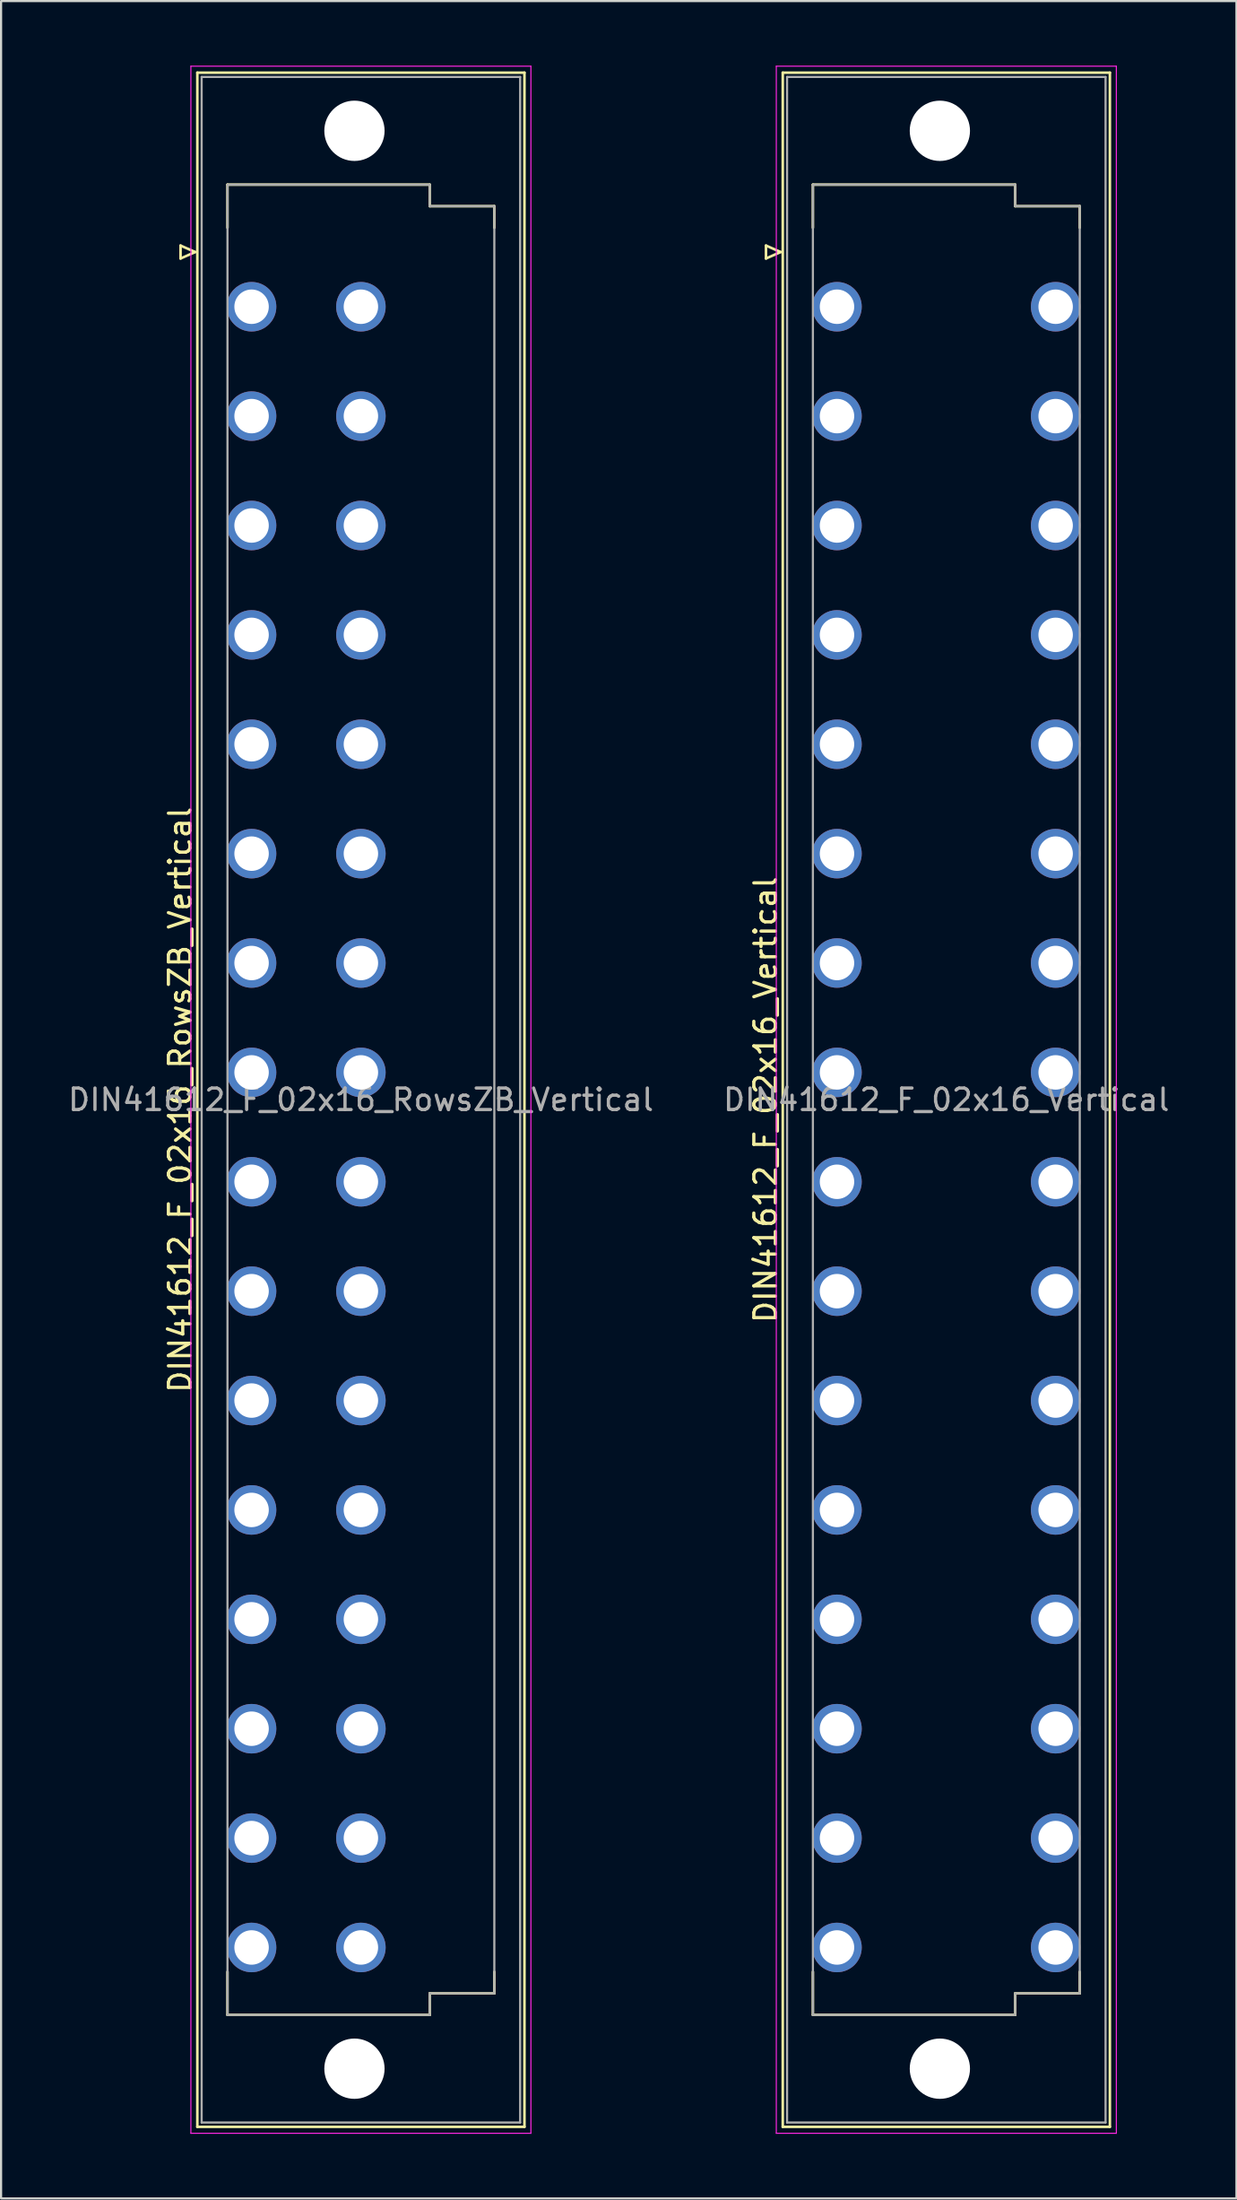
<source format=kicad_pcb>
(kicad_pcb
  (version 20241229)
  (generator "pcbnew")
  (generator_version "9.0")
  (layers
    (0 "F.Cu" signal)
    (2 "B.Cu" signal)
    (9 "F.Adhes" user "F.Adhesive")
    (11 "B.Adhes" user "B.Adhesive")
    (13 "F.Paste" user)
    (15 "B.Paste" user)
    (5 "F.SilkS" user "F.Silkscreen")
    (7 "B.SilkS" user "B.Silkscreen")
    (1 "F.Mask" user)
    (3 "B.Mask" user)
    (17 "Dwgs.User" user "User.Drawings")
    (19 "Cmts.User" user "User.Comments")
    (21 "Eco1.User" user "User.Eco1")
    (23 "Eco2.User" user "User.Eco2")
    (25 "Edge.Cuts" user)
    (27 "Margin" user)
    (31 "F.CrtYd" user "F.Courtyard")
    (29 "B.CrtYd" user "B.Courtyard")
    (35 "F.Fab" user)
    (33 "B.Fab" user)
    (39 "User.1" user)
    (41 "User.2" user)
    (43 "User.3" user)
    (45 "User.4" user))
  (footprint "DIN41612_F_02x16_RowsZB_Vertical"
    (layer "F.Cu")
    (at 11.18 8.655)
    (property "Reference" "DIN41612_F_02x16_RowsZB_Vertical" (at -5.86 39.37 90) (layer "F.SilkS") (effects (font (size 1 1) (thickness 0.15))))
    (attr through_hole)
    (fp_line (start -5.84 -0.3) (end -5.84 0.3) (stroke (width 0.12) (type solid)) (layer "F.SilkS"))
    (fp_line (start -5.84 0.3) (end -5.16 0) (stroke (width 0.12) (type solid)) (layer "F.SilkS"))
    (fp_line (start -5.16 0) (end -5.84 -0.3) (stroke (width 0.12) (type solid)) (layer "F.SilkS"))
    (fp_line (start -5.06 -8.33) (end 10.14 -8.33) (stroke (width 0.12) (type solid)) (layer "F.SilkS"))
    (fp_line (start -5.06 87.07) (end -5.06 -8.33) (stroke (width 0.12) (type solid)) (layer "F.SilkS"))
    (fp_line (start -3.66 -3.13) (end 5.74 -3.13) (stroke (width 0.12) (type solid)) (layer "F.SilkS"))
    (fp_line (start -3.66 -1.13) (end -3.66 -3.13) (stroke (width 0.12) (type solid)) (layer "F.SilkS"))
    (fp_line (start -3.66 79.87) (end -3.66 81.87) (stroke (width 0.12) (type solid)) (layer "F.SilkS"))
    (fp_line (start -3.66 81.87) (end 5.74 81.87) (stroke (width 0.12) (type solid)) (layer "F.SilkS"))
    (fp_line (start 5.74 -3.13) (end 5.74 -2.13) (stroke (width 0.12) (type solid)) (layer "F.SilkS"))
    (fp_line (start 5.74 -2.13) (end 8.74 -2.13) (stroke (width 0.12) (type solid)) (layer "F.SilkS"))
    (fp_line (start 5.74 80.87) (end 8.74 80.87) (stroke (width 0.12) (type solid)) (layer "F.SilkS"))
    (fp_line (start 5.74 81.87) (end 5.74 80.87) (stroke (width 0.12) (type solid)) (layer "F.SilkS"))
    (fp_line (start 8.74 -2.13) (end 8.74 -1.13) (stroke (width 0.12) (type solid)) (layer "F.SilkS"))
    (fp_line (start 8.74 80.87) (end 8.74 79.87) (stroke (width 0.12) (type solid)) (layer "F.SilkS"))
    (fp_line (start 10.14 -8.33) (end 10.14 87.07) (stroke (width 0.12) (type solid)) (layer "F.SilkS"))
    (fp_line (start 10.14 87.07) (end -5.06 87.07) (stroke (width 0.12) (type solid)) (layer "F.SilkS"))
    (fp_line (start -5.36 -8.63) (end 10.44 -8.63) (stroke (width 0.05) (type solid)) (layer "F.CrtYd"))
    (fp_line (start -5.36 87.37) (end -5.36 -8.63) (stroke (width 0.05) (type solid)) (layer "F.CrtYd"))
    (fp_line (start 10.44 -8.63) (end 10.44 87.37) (stroke (width 0.05) (type solid)) (layer "F.CrtYd"))
    (fp_line (start 10.44 87.37) (end -5.36 87.37) (stroke (width 0.05) (type solid)) (layer "F.CrtYd"))
    (fp_line (start -4.86 -8.13) (end 9.94 -8.13) (stroke (width 0.1) (type solid)) (layer "F.Fab"))
    (fp_line (start -4.86 86.87) (end -4.86 -8.13) (stroke (width 0.1) (type solid)) (layer "F.Fab"))
    (fp_line (start -3.66 -3.13) (end 5.74 -3.13) (stroke (width 0.1) (type solid)) (layer "F.Fab"))
    (fp_line (start -3.66 81.87) (end -3.66 -3.13) (stroke (width 0.1) (type solid)) (layer "F.Fab"))
    (fp_line (start 5.74 -3.13) (end 5.74 -2.13) (stroke (width 0.1) (type solid)) (layer "F.Fab"))
    (fp_line (start 5.74 -2.13) (end 8.74 -2.13) (stroke (width 0.1) (type solid)) (layer "F.Fab"))
    (fp_line (start 5.74 80.87) (end 5.74 81.87) (stroke (width 0.1) (type solid)) (layer "F.Fab"))
    (fp_line (start 5.74 81.87) (end -3.66 81.87) (stroke (width 0.1) (type solid)) (layer "F.Fab"))
    (fp_line (start 8.74 -2.13) (end 8.74 80.87) (stroke (width 0.1) (type solid)) (layer "F.Fab"))
    (fp_line (start 8.74 80.87) (end 5.74 80.87) (stroke (width 0.1) (type solid)) (layer "F.Fab"))
    (fp_line (start 9.94 -8.13) (end 9.94 86.87) (stroke (width 0.1) (type solid)) (layer "F.Fab"))
    (fp_line (start 9.94 86.87) (end -4.86 86.87) (stroke (width 0.1) (type solid)) (layer "F.Fab"))
    (fp_text user "${REFERENCE}" (at 2.54 39.37 0) (layer "F.Fab") (effects (font (size 1 1) (thickness 0.15))))
    (pad "" np_thru_hole circle (at 2.24 -5.63) (size 2.8 2.8) (drill 2.8) (layers "*.Cu" "*.Mask"))
    (pad "" np_thru_hole circle (at 2.24 84.37) (size 2.8 2.8) (drill 2.8) (layers "*.Cu" "*.Mask"))
    (pad "b2" thru_hole circle (at 2.54 2.54) (size 2.3 2.3) (drill 1.6) (layers "*.Cu" "*.Mask"))
    (pad "b4" thru_hole circle (at 2.54 7.62) (size 2.3 2.3) (drill 1.6) (layers "*.Cu" "*.Mask"))
    (pad "b6" thru_hole circle (at 2.54 12.7) (size 2.3 2.3) (drill 1.6) (layers "*.Cu" "*.Mask"))
    (pad "b8" thru_hole circle (at 2.54 17.78) (size 2.3 2.3) (drill 1.6) (layers "*.Cu" "*.Mask"))
    (pad "b10" thru_hole circle (at 2.54 22.86) (size 2.3 2.3) (drill 1.6) (layers "*.Cu" "*.Mask"))
    (pad "b12" thru_hole circle (at 2.54 27.94) (size 2.3 2.3) (drill 1.6) (layers "*.Cu" "*.Mask"))
    (pad "b14" thru_hole circle (at 2.54 33.02) (size 2.3 2.3) (drill 1.6) (layers "*.Cu" "*.Mask"))
    (pad "b16" thru_hole circle (at 2.54 38.1) (size 2.3 2.3) (drill 1.6) (layers "*.Cu" "*.Mask"))
    (pad "b18" thru_hole circle (at 2.54 43.18) (size 2.3 2.3) (drill 1.6) (layers "*.Cu" "*.Mask"))
    (pad "b20" thru_hole circle (at 2.54 48.26) (size 2.3 2.3) (drill 1.6) (layers "*.Cu" "*.Mask"))
    (pad "b22" thru_hole circle (at 2.54 53.34) (size 2.3 2.3) (drill 1.6) (layers "*.Cu" "*.Mask"))
    (pad "b24" thru_hole circle (at 2.54 58.42) (size 2.3 2.3) (drill 1.6) (layers "*.Cu" "*.Mask"))
    (pad "b26" thru_hole circle (at 2.54 63.5) (size 2.3 2.3) (drill 1.6) (layers "*.Cu" "*.Mask"))
    (pad "b28" thru_hole circle (at 2.54 68.58) (size 2.3 2.3) (drill 1.6) (layers "*.Cu" "*.Mask"))
    (pad "b30" thru_hole circle (at 2.54 73.66) (size 2.3 2.3) (drill 1.6) (layers "*.Cu" "*.Mask"))
    (pad "b32" thru_hole circle (at 2.54 78.74) (size 2.3 2.3) (drill 1.6) (layers "*.Cu" "*.Mask"))
    (pad "z2" thru_hole circle (at -2.54 2.54) (size 2.3 2.3) (drill 1.6) (layers "*.Cu" "*.Mask"))
    (pad "z4" thru_hole circle (at -2.54 7.62) (size 2.3 2.3) (drill 1.6) (layers "*.Cu" "*.Mask"))
    (pad "z6" thru_hole circle (at -2.54 12.7) (size 2.3 2.3) (drill 1.6) (layers "*.Cu" "*.Mask"))
    (pad "z8" thru_hole circle (at -2.54 17.78) (size 2.3 2.3) (drill 1.6) (layers "*.Cu" "*.Mask"))
    (pad "z10" thru_hole circle (at -2.54 22.86) (size 2.3 2.3) (drill 1.6) (layers "*.Cu" "*.Mask"))
    (pad "z12" thru_hole circle (at -2.54 27.94) (size 2.3 2.3) (drill 1.6) (layers "*.Cu" "*.Mask"))
    (pad "z14" thru_hole circle (at -2.54 33.02) (size 2.3 2.3) (drill 1.6) (layers "*.Cu" "*.Mask"))
    (pad "z16" thru_hole circle (at -2.54 38.1) (size 2.3 2.3) (drill 1.6) (layers "*.Cu" "*.Mask"))
    (pad "z18" thru_hole circle (at -2.54 43.18) (size 2.3 2.3) (drill 1.6) (layers "*.Cu" "*.Mask"))
    (pad "z20" thru_hole circle (at -2.54 48.26) (size 2.3 2.3) (drill 1.6) (layers "*.Cu" "*.Mask"))
    (pad "z22" thru_hole circle (at -2.54 53.34) (size 2.3 2.3) (drill 1.6) (layers "*.Cu" "*.Mask"))
    (pad "z24" thru_hole circle (at -2.54 58.42) (size 2.3 2.3) (drill 1.6) (layers "*.Cu" "*.Mask"))
    (pad "z26" thru_hole circle (at -2.54 63.5) (size 2.3 2.3) (drill 1.6) (layers "*.Cu" "*.Mask"))
    (pad "z28" thru_hole circle (at -2.54 68.58) (size 2.3 2.3) (drill 1.6) (layers "*.Cu" "*.Mask"))
    (pad "z30" thru_hole circle (at -2.54 73.66) (size 2.3 2.3) (drill 1.6) (layers "*.Cu" "*.Mask"))
    (pad "z32" thru_hole circle (at -2.54 78.74) (size 2.3 2.3) (drill 1.6) (layers "*.Cu" "*.Mask")))
  (footprint "DIN41612_F_02x16_Vertical"
    (layer "F.Cu")
    (at 38.383 8.655)
    (property "Reference" "DIN41612_F_02x16_Vertical" (at -5.86 39.37 90) (layer "F.SilkS") (effects (font (size 1 1) (thickness 0.15))))
    (attr through_hole)
    (fp_line (start -5.84 -0.3) (end -5.84 0.3) (stroke (width 0.12) (type solid)) (layer "F.SilkS"))
    (fp_line (start -5.84 0.3) (end -5.16 0) (stroke (width 0.12) (type solid)) (layer "F.SilkS"))
    (fp_line (start -5.16 0) (end -5.84 -0.3) (stroke (width 0.12) (type solid)) (layer "F.SilkS"))
    (fp_line (start -5.06 -8.33) (end 10.14 -8.33) (stroke (width 0.12) (type solid)) (layer "F.SilkS"))
    (fp_line (start -5.06 87.07) (end -5.06 -8.33) (stroke (width 0.12) (type solid)) (layer "F.SilkS"))
    (fp_line (start -3.66 -3.13) (end 5.74 -3.13) (stroke (width 0.12) (type solid)) (layer "F.SilkS"))
    (fp_line (start -3.66 -1.13) (end -3.66 -3.13) (stroke (width 0.12) (type solid)) (layer "F.SilkS"))
    (fp_line (start -3.66 79.87) (end -3.66 81.87) (stroke (width 0.12) (type solid)) (layer "F.SilkS"))
    (fp_line (start -3.66 81.87) (end 5.74 81.87) (stroke (width 0.12) (type solid)) (layer "F.SilkS"))
    (fp_line (start 5.74 -3.13) (end 5.74 -2.13) (stroke (width 0.12) (type solid)) (layer "F.SilkS"))
    (fp_line (start 5.74 -2.13) (end 8.74 -2.13) (stroke (width 0.12) (type solid)) (layer "F.SilkS"))
    (fp_line (start 5.74 80.87) (end 8.74 80.87) (stroke (width 0.12) (type solid)) (layer "F.SilkS"))
    (fp_line (start 5.74 81.87) (end 5.74 80.87) (stroke (width 0.12) (type solid)) (layer "F.SilkS"))
    (fp_line (start 8.74 -2.13) (end 8.74 -1.13) (stroke (width 0.12) (type solid)) (layer "F.SilkS"))
    (fp_line (start 8.74 80.87) (end 8.74 79.87) (stroke (width 0.12) (type solid)) (layer "F.SilkS"))
    (fp_line (start 10.14 -8.33) (end 10.14 87.07) (stroke (width 0.12) (type solid)) (layer "F.SilkS"))
    (fp_line (start 10.14 87.07) (end -5.06 87.07) (stroke (width 0.12) (type solid)) (layer "F.SilkS"))
    (fp_line (start -5.36 -8.63) (end 10.44 -8.63) (stroke (width 0.05) (type solid)) (layer "F.CrtYd"))
    (fp_line (start -5.36 87.37) (end -5.36 -8.63) (stroke (width 0.05) (type solid)) (layer "F.CrtYd"))
    (fp_line (start 10.44 -8.63) (end 10.44 87.37) (stroke (width 0.05) (type solid)) (layer "F.CrtYd"))
    (fp_line (start 10.44 87.37) (end -5.36 87.37) (stroke (width 0.05) (type solid)) (layer "F.CrtYd"))
    (fp_line (start -4.86 -8.13) (end 9.94 -8.13) (stroke (width 0.1) (type solid)) (layer "F.Fab"))
    (fp_line (start -4.86 86.87) (end -4.86 -8.13) (stroke (width 0.1) (type solid)) (layer "F.Fab"))
    (fp_line (start -3.66 -3.13) (end 5.74 -3.13) (stroke (width 0.1) (type solid)) (layer "F.Fab"))
    (fp_line (start -3.66 81.87) (end -3.66 -3.13) (stroke (width 0.1) (type solid)) (layer "F.Fab"))
    (fp_line (start 5.74 -3.13) (end 5.74 -2.13) (stroke (width 0.1) (type solid)) (layer "F.Fab"))
    (fp_line (start 5.74 -2.13) (end 8.74 -2.13) (stroke (width 0.1) (type solid)) (layer "F.Fab"))
    (fp_line (start 5.74 80.87) (end 5.74 81.87) (stroke (width 0.1) (type solid)) (layer "F.Fab"))
    (fp_line (start 5.74 81.87) (end -3.66 81.87) (stroke (width 0.1) (type solid)) (layer "F.Fab"))
    (fp_line (start 8.74 -2.13) (end 8.74 80.87) (stroke (width 0.1) (type solid)) (layer "F.Fab"))
    (fp_line (start 8.74 80.87) (end 5.74 80.87) (stroke (width 0.1) (type solid)) (layer "F.Fab"))
    (fp_line (start 9.94 -8.13) (end 9.94 86.87) (stroke (width 0.1) (type solid)) (layer "F.Fab"))
    (fp_line (start 9.94 86.87) (end -4.86 86.87) (stroke (width 0.1) (type solid)) (layer "F.Fab"))
    (fp_text user "${REFERENCE}" (at 2.54 39.37 0) (layer "F.Fab") (effects (font (size 1 1) (thickness 0.15))))
    (pad "" np_thru_hole circle (at 2.24 -5.63) (size 2.8 2.8) (drill 2.8) (layers "*.Cu" "*.Mask"))
    (pad "" np_thru_hole circle (at 2.24 84.37) (size 2.8 2.8) (drill 2.8) (layers "*.Cu" "*.Mask"))
    (pad "d2" thru_hole circle (at 7.62 2.54) (size 2.3 2.3) (drill 1.6) (layers "*.Cu" "*.Mask"))
    (pad "d4" thru_hole circle (at 7.62 7.62) (size 2.3 2.3) (drill 1.6) (layers "*.Cu" "*.Mask"))
    (pad "d6" thru_hole circle (at 7.62 12.7) (size 2.3 2.3) (drill 1.6) (layers "*.Cu" "*.Mask"))
    (pad "d8" thru_hole circle (at 7.62 17.78) (size 2.3 2.3) (drill 1.6) (layers "*.Cu" "*.Mask"))
    (pad "d10" thru_hole circle (at 7.62 22.86) (size 2.3 2.3) (drill 1.6) (layers "*.Cu" "*.Mask"))
    (pad "d12" thru_hole circle (at 7.62 27.94) (size 2.3 2.3) (drill 1.6) (layers "*.Cu" "*.Mask"))
    (pad "d14" thru_hole circle (at 7.62 33.02) (size 2.3 2.3) (drill 1.6) (layers "*.Cu" "*.Mask"))
    (pad "d16" thru_hole circle (at 7.62 38.1) (size 2.3 2.3) (drill 1.6) (layers "*.Cu" "*.Mask"))
    (pad "d18" thru_hole circle (at 7.62 43.18) (size 2.3 2.3) (drill 1.6) (layers "*.Cu" "*.Mask"))
    (pad "d20" thru_hole circle (at 7.62 48.26) (size 2.3 2.3) (drill 1.6) (layers "*.Cu" "*.Mask"))
    (pad "d22" thru_hole circle (at 7.62 53.34) (size 2.3 2.3) (drill 1.6) (layers "*.Cu" "*.Mask"))
    (pad "d24" thru_hole circle (at 7.62 58.42) (size 2.3 2.3) (drill 1.6) (layers "*.Cu" "*.Mask"))
    (pad "d26" thru_hole circle (at 7.62 63.5) (size 2.3 2.3) (drill 1.6) (layers "*.Cu" "*.Mask"))
    (pad "d28" thru_hole circle (at 7.62 68.58) (size 2.3 2.3) (drill 1.6) (layers "*.Cu" "*.Mask"))
    (pad "d30" thru_hole circle (at 7.62 73.66) (size 2.3 2.3) (drill 1.6) (layers "*.Cu" "*.Mask"))
    (pad "d32" thru_hole circle (at 7.62 78.74) (size 2.3 2.3) (drill 1.6) (layers "*.Cu" "*.Mask"))
    (pad "z2" thru_hole circle (at -2.54 2.54) (size 2.3 2.3) (drill 1.6) (layers "*.Cu" "*.Mask"))
    (pad "z4" thru_hole circle (at -2.54 7.62) (size 2.3 2.3) (drill 1.6) (layers "*.Cu" "*.Mask"))
    (pad "z6" thru_hole circle (at -2.54 12.7) (size 2.3 2.3) (drill 1.6) (layers "*.Cu" "*.Mask"))
    (pad "z8" thru_hole circle (at -2.54 17.78) (size 2.3 2.3) (drill 1.6) (layers "*.Cu" "*.Mask"))
    (pad "z10" thru_hole circle (at -2.54 22.86) (size 2.3 2.3) (drill 1.6) (layers "*.Cu" "*.Mask"))
    (pad "z12" thru_hole circle (at -2.54 27.94) (size 2.3 2.3) (drill 1.6) (layers "*.Cu" "*.Mask"))
    (pad "z14" thru_hole circle (at -2.54 33.02) (size 2.3 2.3) (drill 1.6) (layers "*.Cu" "*.Mask"))
    (pad "z16" thru_hole circle (at -2.54 38.1) (size 2.3 2.3) (drill 1.6) (layers "*.Cu" "*.Mask"))
    (pad "z18" thru_hole circle (at -2.54 43.18) (size 2.3 2.3) (drill 1.6) (layers "*.Cu" "*.Mask"))
    (pad "z20" thru_hole circle (at -2.54 48.26) (size 2.3 2.3) (drill 1.6) (layers "*.Cu" "*.Mask"))
    (pad "z22" thru_hole circle (at -2.54 53.34) (size 2.3 2.3) (drill 1.6) (layers "*.Cu" "*.Mask"))
    (pad "z24" thru_hole circle (at -2.54 58.42) (size 2.3 2.3) (drill 1.6) (layers "*.Cu" "*.Mask"))
    (pad "z26" thru_hole circle (at -2.54 63.5) (size 2.3 2.3) (drill 1.6) (layers "*.Cu" "*.Mask"))
    (pad "z28" thru_hole circle (at -2.54 68.58) (size 2.3 2.3) (drill 1.6) (layers "*.Cu" "*.Mask"))
    (pad "z30" thru_hole circle (at -2.54 73.66) (size 2.3 2.3) (drill 1.6) (layers "*.Cu" "*.Mask"))
    (pad "z32" thru_hole circle (at -2.54 78.74) (size 2.3 2.3) (drill 1.6) (layers "*.Cu" "*.Mask")))
  (gr_rect
    (start -3 -3)
    (end 54.405 99.05)
    (stroke (width 0.1) (type default))
    (fill no)
    (layer "Edge.Cuts")))
</source>
